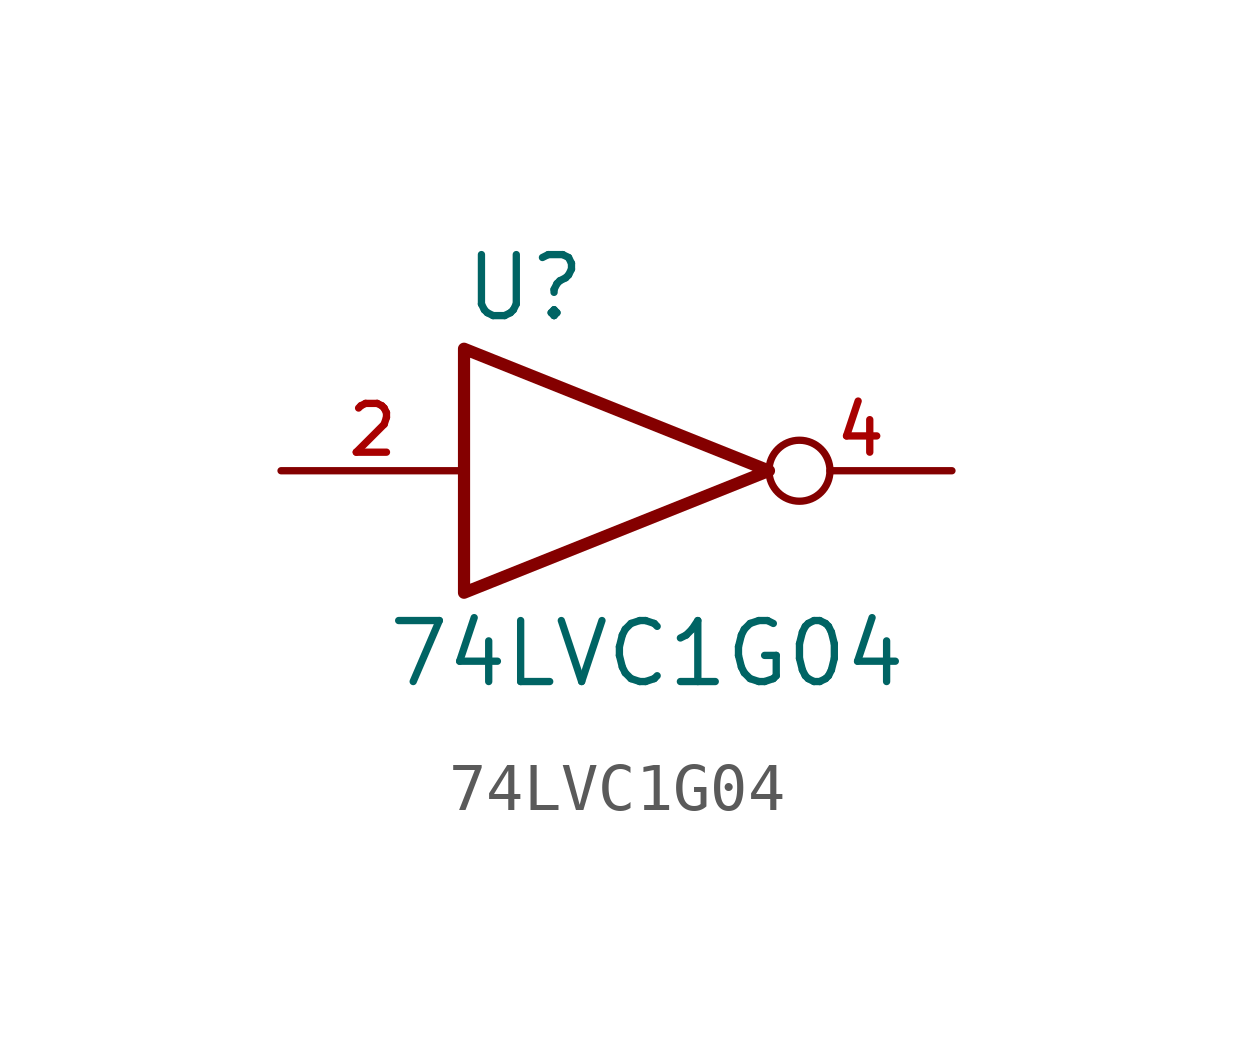
<source format=kicad_sym>
(kicad_symbol_lib
  (version 20211014)
  (generator kicad_symbol_editor)
  (symbol "74LVC1G04"
    (pin_names
      (offset 1.016))
    (property "Reference" "U"
      (at -2.54 3.81 0)
      (effects (font (size 1.27 1.27))))
    (property "Value" "74LVC1G04"
      (at 0 -3.81 0)
      (effects (font (size 1.27 1.27))))
    (symbol "74LVC1G04_0_0"
      (pin no_connect line (at -6.35 2.286 0) (length 2.54) hide (name "~" (effects (font (size 1.27 1.27)))) (number "1" (effects (font (size 1.27 1.27))))))
    (symbol "74LVC1G04_0_1"
      (polyline (pts (xy -3.81 2.54) (xy -3.81 -2.54) (xy 2.54 0) (xy -3.81 2.54)) (stroke (width 0.254) (type default) (color 0 0 0 0)) (fill (type none))))
    (symbol "74LVC1G04_1_1"
      (pin input line (at -7.62 0 0) (length 3.81) (name "~" (effects (font (size 1.016 1.016)))) (number "2" (effects (font (size 1.016 1.016)))))
      (pin power_in line (at 0 -2.54 270) (length 0) hide (name "GND" (effects (font (size 1.016 1.016)))) (number "3" (effects (font (size 1.016 1.016)))))
      (pin output inverted (at 6.35 0 180) (length 3.81) (name "~" (effects (font (size 1.016 1.016)))) (number "4" (effects (font (size 1.016 1.016)))))
      (pin power_in line (at 0 2.54 90) (length 0) hide (name "VCC" (effects (font (size 1.016 1.016)))) (number "5" (effects (font (size 1.016 1.016))))))))
</source>
